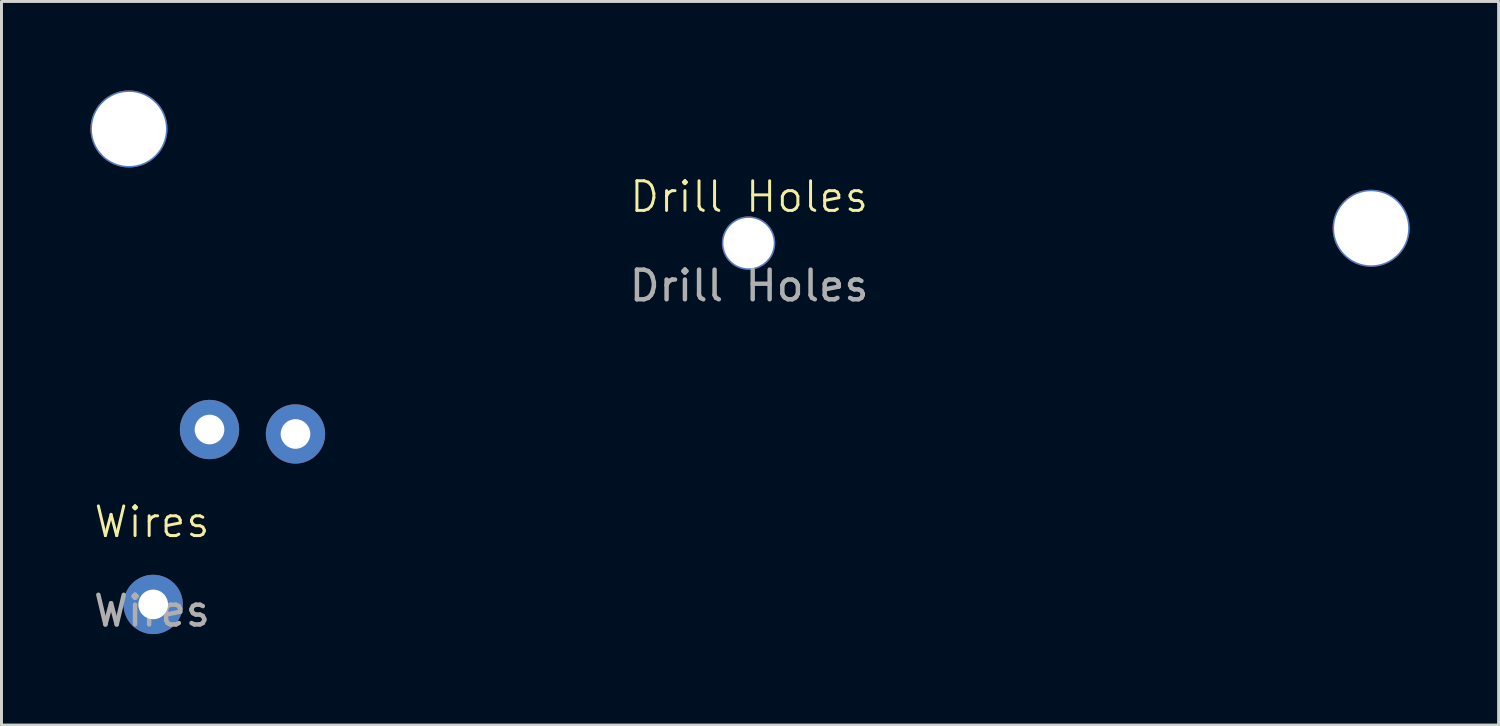
<source format=kicad_pcb>
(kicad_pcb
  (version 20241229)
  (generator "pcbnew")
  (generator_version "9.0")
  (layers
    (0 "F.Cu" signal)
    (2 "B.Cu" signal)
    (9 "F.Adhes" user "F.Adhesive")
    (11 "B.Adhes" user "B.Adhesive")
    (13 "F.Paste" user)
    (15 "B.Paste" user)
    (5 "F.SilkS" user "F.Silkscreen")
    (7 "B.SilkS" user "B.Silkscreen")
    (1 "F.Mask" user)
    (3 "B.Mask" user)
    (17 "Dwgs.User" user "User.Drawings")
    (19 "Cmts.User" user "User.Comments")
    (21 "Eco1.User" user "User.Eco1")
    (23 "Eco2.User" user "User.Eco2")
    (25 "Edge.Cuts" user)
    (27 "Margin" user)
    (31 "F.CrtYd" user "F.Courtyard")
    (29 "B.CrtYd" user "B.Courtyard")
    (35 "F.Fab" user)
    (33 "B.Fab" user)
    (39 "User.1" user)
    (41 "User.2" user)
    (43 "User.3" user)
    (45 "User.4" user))
  (footprint "Wires"
    (layer "F.Cu")
    (at 2.117 17.338)
    (property "Reference" "Wires" (at -0.04 -2.78 0) (unlocked yes) (layer "F.SilkS") (effects (font (size 1 1) (thickness 0.1))))
    (attr smd)
    (fp_text user "${REFERENCE}" (at -0.04 0.22 0) (unlocked yes) (layer "F.Fab") (effects (font (size 1 1) (thickness 0.15))))
    (pad "1" thru_hole circle (at 4.8 -5.75) (size 2 2) (drill 1) (layers "*.Cu" "*.Mask"))
    (pad "2" thru_hole circle (at 1.9 -5.9) (size 2 2) (drill 1) (layers "*.Cu" "*.Mask"))
    (pad "3" thru_hole circle (at 0 0) (size 2 2) (drill 1) (layers "*.Cu" "*.Mask")))
  (footprint "Drill Holes"
    (layer "F.Cu")
    (at 22.2 5.15)
    (property "Reference" "Drill Holes" (at 0.02 -1.56 0) (unlocked yes) (layer "F.SilkS") (effects (font (size 1 1) (thickness 0.1))))
    (attr smd)
    (fp_text user "${REFERENCE}" (at 0.02 1.44 0) (unlocked yes) (layer "F.Fab") (effects (font (size 1 1) (thickness 0.15))))
    (pad "1" thru_hole circle (at -20.9 -3.85) (size 2.6 2.6) (drill 2.5) (layers "*.Cu" "*.Mask"))
    (pad "2" thru_hole circle (at 0 0) (size 1.8 1.8) (drill 1.7) (layers "*.Cu" "*.Mask"))
    (pad "3" thru_hole circle (at 21 -0.5) (size 2.6 2.6) (drill 2.5) (layers "*.Cu" "*.Mask")))
  (gr_rect
    (start -3 -3)
    (end 47.5 21.407)
    (stroke (width 0.1) (type default))
    (fill no)
    (layer "Edge.Cuts")))
</source>
